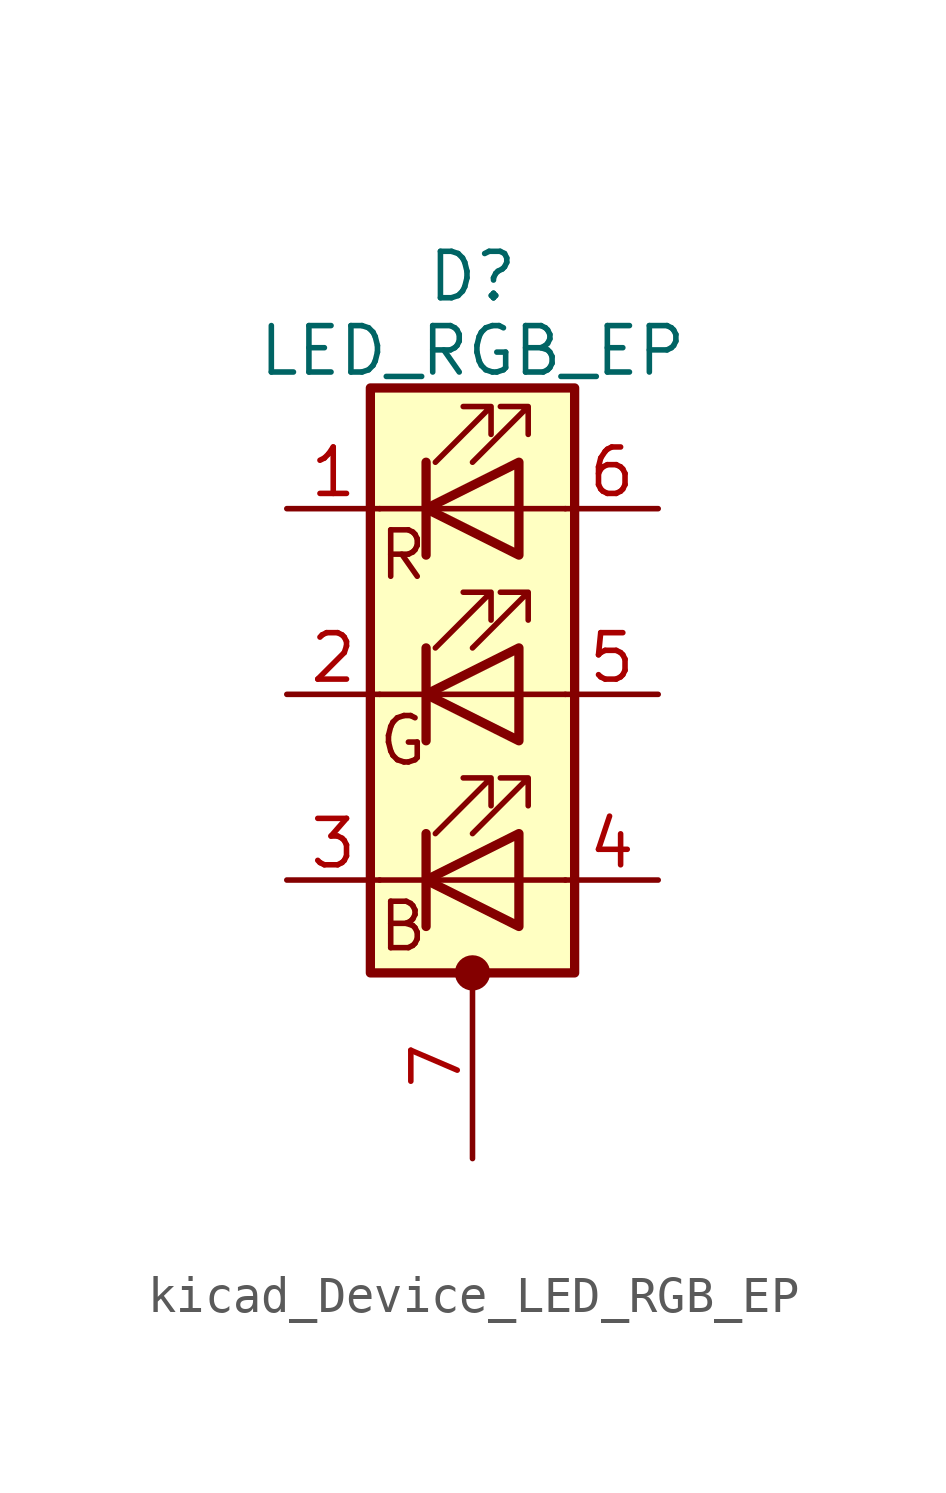
<source format=kicad_sym>
(kicad_symbol_lib
  (version 20220914)
  (generator kicad_symbol_editor)
  (symbol "kicad_Device_LED_RGB_EP"
    (pin_names
      (offset 0) hide)
    (property "Reference" "D"
      (at 0 11.43 0)
      (effects (font (size 1.27 1.27))))
    (property "Value" "LED_RGB_EP"
      (at 0 9.398 0)
      (effects (font (size 1.27 1.27))))
    (symbol "kicad_Device_LED_RGB_EP_0_0"
      (text "B" (at -1.905 -6.35 0) (effects (font (size 1.27 1.27))))
      (text "G" (at -1.905 -1.27 0) (effects (font (size 1.27 1.27))))
      (text "R" (at -1.905 3.81 0) (effects (font (size 1.27 1.27)))))
    (symbol "kicad_Device_LED_RGB_EP_0_1"
      (circle (center 0 -7.62) (radius 0.356) (stroke (width 0.254) (type default)) (fill (type outline)))
      (polyline (pts (xy -1.27 -5.08) (xy -2.54 -5.08)) (stroke (width 0) (type default)) (fill (type none)))
      (polyline (pts (xy -1.27 -3.81) (xy -1.27 -6.35)) (stroke (width 0.254) (type default)) (fill (type none)))
      (polyline (pts (xy -1.27 0) (xy -2.54 0)) (stroke (width 0) (type default)) (fill (type none)))
      (polyline (pts (xy -1.27 1.27) (xy -1.27 -1.27)) (stroke (width 0.254) (type default)) (fill (type none)))
      (polyline (pts (xy -1.27 5.08) (xy -2.54 5.08)) (stroke (width 0) (type default)) (fill (type none)))
      (polyline (pts (xy -1.27 5.08) (xy 1.27 5.08)) (stroke (width 0) (type default)) (fill (type none)))
      (polyline (pts (xy -1.27 6.35) (xy -1.27 3.81)) (stroke (width 0.254) (type default)) (fill (type none)))
      (polyline (pts (xy -1.016 0) (xy 1.27 0)) (stroke (width 0) (type default)) (fill (type none)))
      (polyline (pts (xy 1.27 -5.08) (xy -1.27 -5.08)) (stroke (width 0) (type default)) (fill (type none)))
      (polyline (pts (xy 1.27 -5.08) (xy 2.54 -5.08)) (stroke (width 0) (type default)) (fill (type none)))
      (polyline (pts (xy 1.27 5.08) (xy 2.54 5.08)) (stroke (width 0) (type default)) (fill (type none)))
      (polyline (pts (xy 2.54 0) (xy 1.27 0)) (stroke (width 0) (type default)) (fill (type none)))
      (polyline (pts (xy -1.27 1.27) (xy -1.27 -1.27) (xy -1.27 -1.27)) (stroke (width 0) (type default)) (fill (type none)))
      (polyline (pts (xy -1.27 6.35) (xy -1.27 3.81) (xy -1.27 3.81)) (stroke (width 0) (type default)) (fill (type none)))
      (polyline (pts (xy 1.27 -3.81) (xy 1.27 -6.35) (xy -1.27 -5.08) (xy 1.27 -3.81)) (stroke (width 0.254) (type default)) (fill (type none)))
      (polyline (pts (xy 1.27 1.27) (xy 1.27 -1.27) (xy -1.27 0) (xy 1.27 1.27)) (stroke (width 0.254) (type default)) (fill (type none)))
      (polyline (pts (xy 1.27 6.35) (xy 1.27 3.81) (xy -1.27 5.08) (xy 1.27 6.35)) (stroke (width 0.254) (type default)) (fill (type none)))
      (polyline (pts (xy -1.016 -3.81) (xy 0.508 -2.286) (xy -0.254 -2.286) (xy 0.508 -2.286) (xy 0.508 -3.048)) (stroke (width 0) (type default)) (fill (type none)))
      (polyline (pts (xy -1.016 1.27) (xy 0.508 2.794) (xy -0.254 2.794) (xy 0.508 2.794) (xy 0.508 2.032)) (stroke (width 0) (type default)) (fill (type none)))
      (polyline (pts (xy -1.016 6.35) (xy 0.508 7.874) (xy -0.254 7.874) (xy 0.508 7.874) (xy 0.508 7.112)) (stroke (width 0) (type default)) (fill (type none)))
      (polyline (pts (xy 0 -3.81) (xy 1.524 -2.286) (xy 0.762 -2.286) (xy 1.524 -2.286) (xy 1.524 -3.048)) (stroke (width 0) (type default)) (fill (type none)))
      (polyline (pts (xy 0 1.27) (xy 1.524 2.794) (xy 0.762 2.794) (xy 1.524 2.794) (xy 1.524 2.032)) (stroke (width 0) (type default)) (fill (type none)))
      (polyline (pts (xy 0 6.35) (xy 1.524 7.874) (xy 0.762 7.874) (xy 1.524 7.874) (xy 1.524 7.112)) (stroke (width 0) (type default)) (fill (type none)))
      (rectangle (start 1.27 -1.27) (end 1.27 1.27) (stroke (width 0) (type default)) (fill (type none)))
      (rectangle (start 1.27 1.27) (end 1.27 1.27) (stroke (width 0) (type default)) (fill (type none)))
      (rectangle (start 1.27 3.81) (end 1.27 6.35) (stroke (width 0) (type default)) (fill (type none)))
      (rectangle (start 1.27 6.35) (end 1.27 6.35) (stroke (width 0) (type default)) (fill (type none)))
      (rectangle (start 2.794 8.382) (end -2.794 -7.62) (stroke (width 0.254) (type default)) (fill (type background))))
    (symbol "kicad_Device_LED_RGB_EP_1_1"
      (pin passive line (at -5.08 5.08 0) (length 2.54) (name "RK" (effects (font (size 1.27 1.27)))) (number "1" (effects (font (size 1.27 1.27)))))
      (pin passive line (at -5.08 0 0) (length 2.54) (name "GK" (effects (font (size 1.27 1.27)))) (number "2" (effects (font (size 1.27 1.27)))))
      (pin passive line (at -5.08 -5.08 0) (length 2.54) (name "BK" (effects (font (size 1.27 1.27)))) (number "3" (effects (font (size 1.27 1.27)))))
      (pin passive line (at 5.08 -5.08 180) (length 2.54) (name "BA" (effects (font (size 1.27 1.27)))) (number "4" (effects (font (size 1.27 1.27)))))
      (pin passive line (at 5.08 0 180) (length 2.54) (name "GA" (effects (font (size 1.27 1.27)))) (number "5" (effects (font (size 1.27 1.27)))))
      (pin passive line (at 5.08 5.08 180) (length 2.54) (name "RA" (effects (font (size 1.27 1.27)))) (number "6" (effects (font (size 1.27 1.27)))))
      (pin passive line (at 0 -12.7 90) (length 5.08) (name "PAD" (effects (font (size 1.27 1.27)))) (number "7" (effects (font (size 1.27 1.27))))))))
</source>
